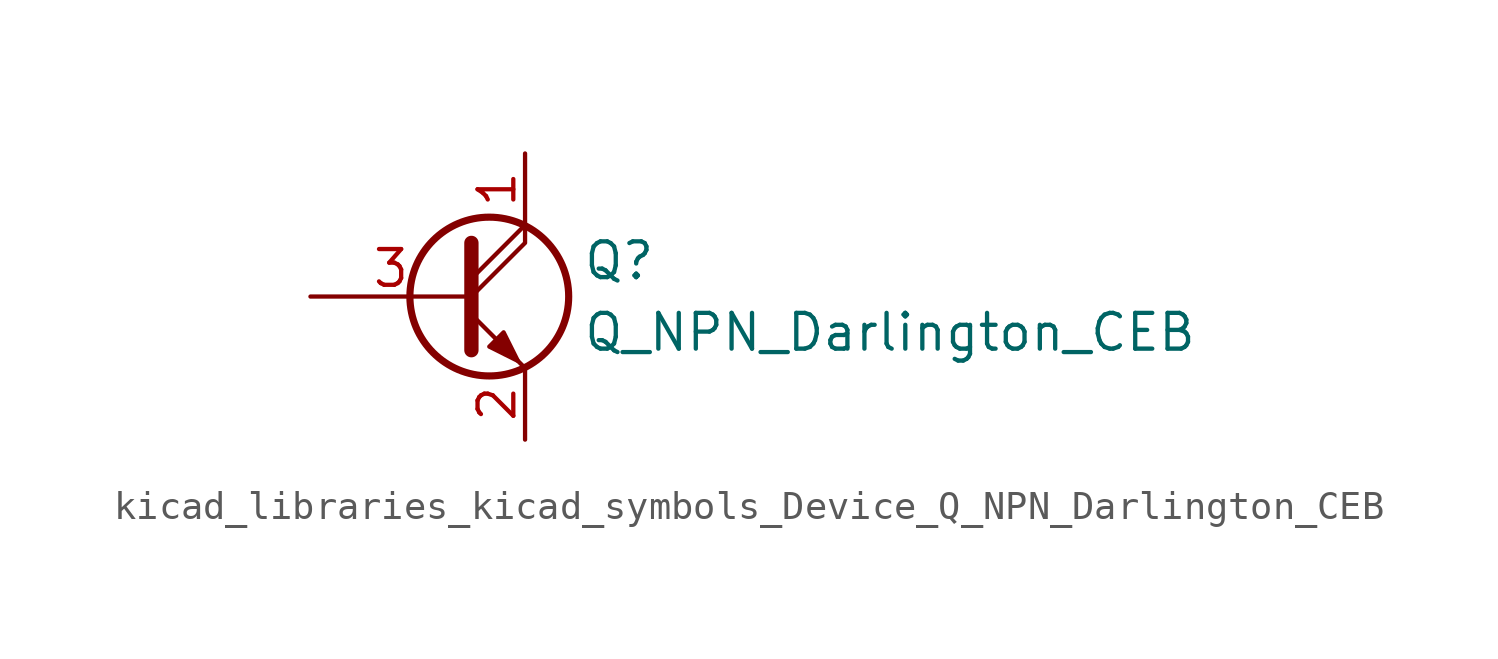
<source format=kicad_sym>
(kicad_symbol_lib
  (version 20220914)
  (generator kicad_symbol_editor)
  (symbol "kicad_libraries_kicad_symbols_Device_Q_NPN_Darlington_CEB"
    (pin_names
      (offset 0) hide)
    (property "Reference" "Q"
      (at 4.572 1.27 0)
      (effects (font (size 1.27 1.27)) (justify left)))
    (property "Value" "Q_NPN_Darlington_CEB"
      (at 4.572 -1.27 0)
      (effects (font (size 1.27 1.27)) (justify left)))
    (symbol "kicad_libraries_kicad_symbols_Device_Q_NPN_Darlington_CEB_0_1"
      (polyline (pts (xy 0.635 0.635) (xy 2.54 2.54)) (stroke (width 0) (type default)) (fill (type none)))
      (polyline (pts (xy 0.635 -0.635) (xy 2.54 -2.54) (xy 2.54 -2.54)) (stroke (width 0) (type default)) (fill (type none)))
      (polyline (pts (xy 0.635 0) (xy 2.54 1.905) (xy 2.54 2.54)) (stroke (width 0) (type default)) (fill (type none)))
      (polyline (pts (xy 0.635 1.905) (xy 0.635 -1.905) (xy 0.635 -1.905)) (stroke (width 0.508) (type default)) (fill (type none)))
      (polyline (pts (xy 1.27 -1.778) (xy 1.778 -1.27) (xy 2.286 -2.286) (xy 1.27 -1.778) (xy 1.27 -1.778)) (stroke (width 0) (type default)) (fill (type outline)))
      (circle (center 1.27 0) (radius 2.819) (stroke (width 0.254) (type default)) (fill (type none))))
    (symbol "kicad_libraries_kicad_symbols_Device_Q_NPN_Darlington_CEB_1_1"
      (pin passive line (at 2.54 5.08 270) (length 2.54) (name "C" (effects (font (size 1.27 1.27)))) (number "1" (effects (font (size 1.27 1.27)))))
      (pin passive line (at 2.54 -5.08 90) (length 2.54) (name "E" (effects (font (size 1.27 1.27)))) (number "2" (effects (font (size 1.27 1.27)))))
      (pin input line (at -5.08 0 0) (length 5.715) (name "B" (effects (font (size 1.27 1.27)))) (number "3" (effects (font (size 1.27 1.27))))))))
</source>
